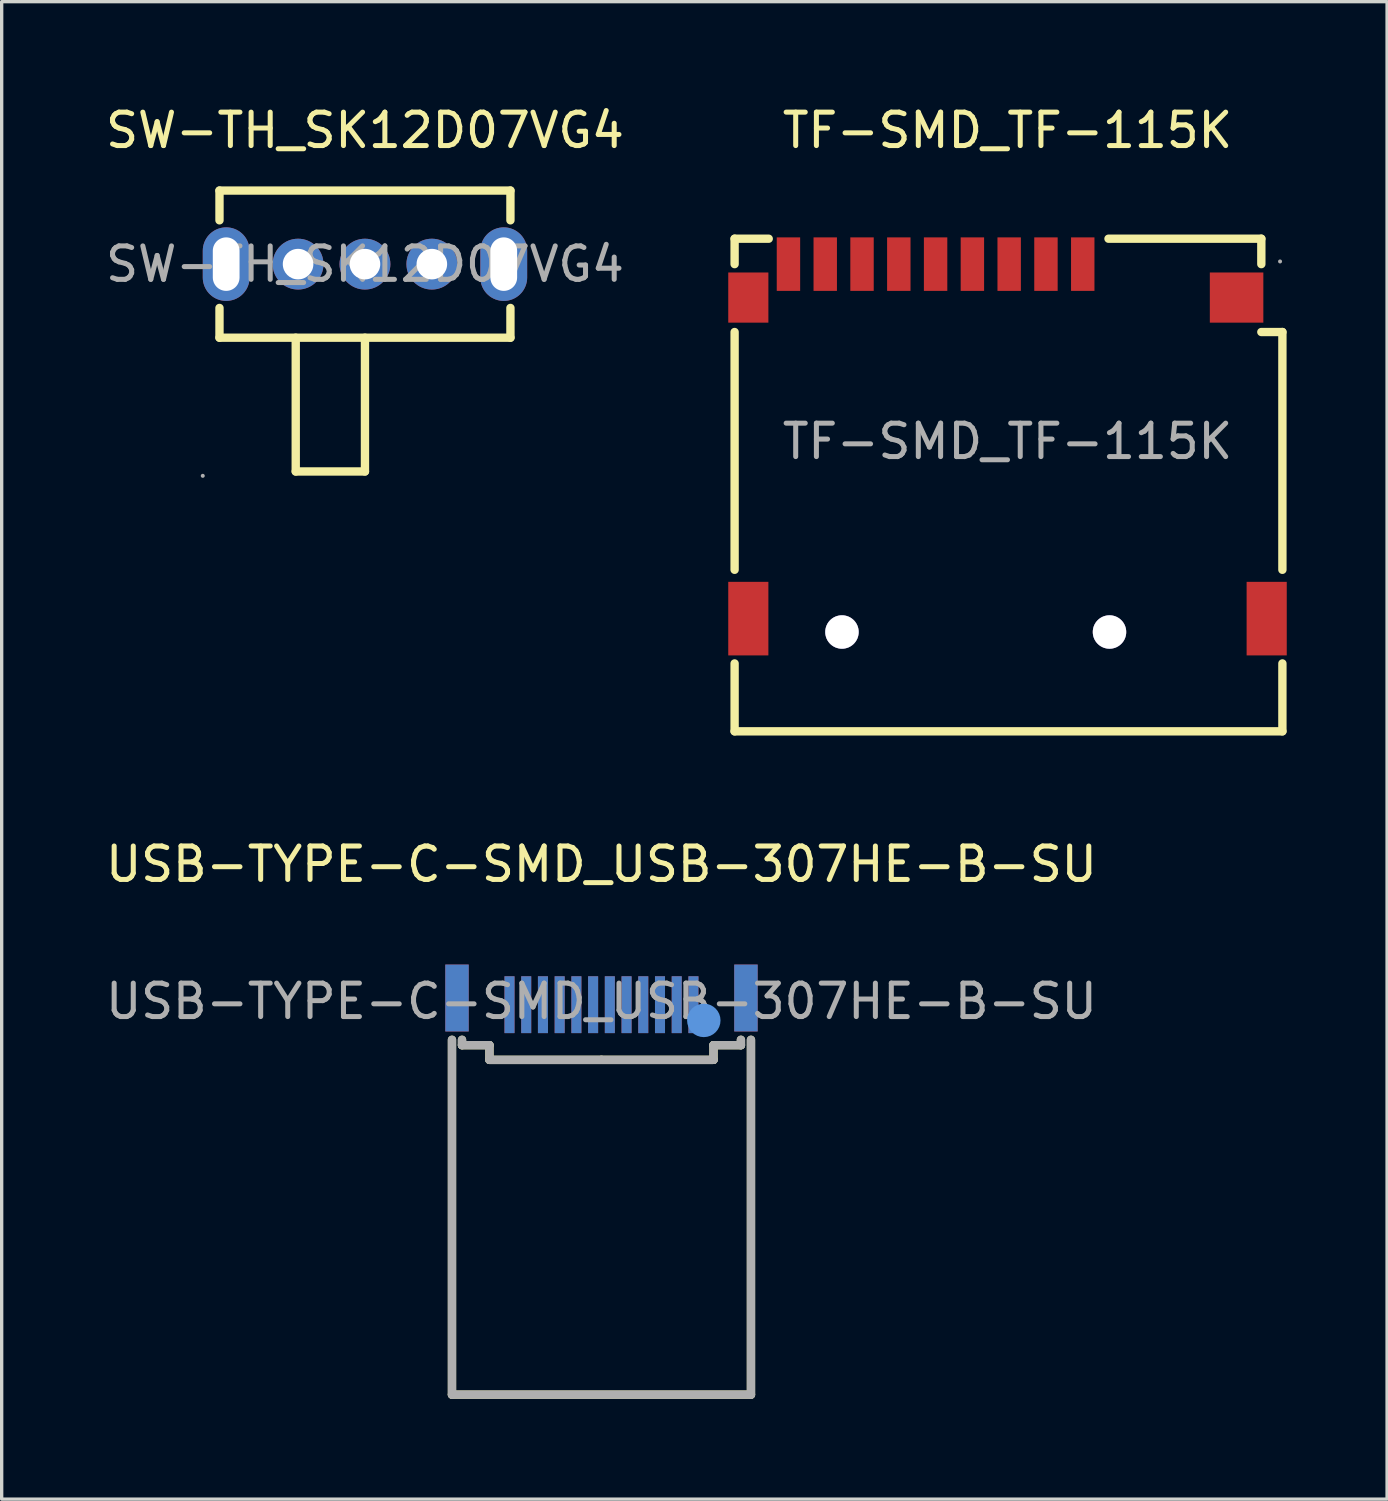
<source format=kicad_pcb>
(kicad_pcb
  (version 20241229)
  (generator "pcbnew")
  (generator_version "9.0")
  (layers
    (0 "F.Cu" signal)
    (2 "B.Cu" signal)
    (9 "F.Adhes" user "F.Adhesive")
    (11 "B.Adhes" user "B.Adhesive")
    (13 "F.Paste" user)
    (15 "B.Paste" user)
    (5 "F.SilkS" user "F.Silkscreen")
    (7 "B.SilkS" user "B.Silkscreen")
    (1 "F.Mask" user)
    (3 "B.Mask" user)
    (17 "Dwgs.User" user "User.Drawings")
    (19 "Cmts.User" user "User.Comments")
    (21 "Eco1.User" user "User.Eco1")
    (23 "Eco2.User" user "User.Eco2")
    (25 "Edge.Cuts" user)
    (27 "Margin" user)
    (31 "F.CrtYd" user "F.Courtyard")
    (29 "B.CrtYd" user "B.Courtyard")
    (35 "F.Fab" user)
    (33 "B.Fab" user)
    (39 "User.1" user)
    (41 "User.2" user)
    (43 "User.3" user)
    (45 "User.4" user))
  (footprint "TF-SMD_TF-115K"
    (layer "F.Cu")
    (at 27.076 10.148)
    (property "Reference" "TF-SMD_TF-115K" (at 0 -9.3 0) (layer "F.SilkS") (effects (font (size 1 1) (thickness 0.15))))
    (attr smd)
    (fp_line (start -8.16 -6.06) (end -7.14 -6.06) (stroke (width 0.25) (type solid)) (layer "F.SilkS"))
    (fp_line (start -8.16 -5.3) (end -8.16 -6.06) (stroke (width 0.25) (type solid)) (layer "F.SilkS"))
    (fp_line (start -8.16 -3.27) (end -8.16 3.84) (stroke (width 0.25) (type solid)) (layer "F.SilkS"))
    (fp_line (start -8.16 6.64) (end -8.16 8.67) (stroke (width 0.25) (type solid)) (layer "F.SilkS"))
    (fp_line (start -8.16 8.67) (end 8.22 8.67) (stroke (width 0.25) (type solid)) (layer "F.SilkS"))
    (fp_line (start 3.02 -6.06) (end 7.59 -6.06) (stroke (width 0.25) (type solid)) (layer "F.SilkS"))
    (fp_line (start 7.59 -6.06) (end 7.59 -5.3) (stroke (width 0.25) (type solid)) (layer "F.SilkS"))
    (fp_line (start 8.22 -3.27) (end 7.59 -3.27) (stroke (width 0.25) (type solid)) (layer "F.SilkS"))
    (fp_line (start 8.22 3.84) (end 8.22 -3.27) (stroke (width 0.25) (type solid)) (layer "F.SilkS"))
    (fp_line (start 8.22 8.67) (end 8.22 6.64) (stroke (width 0.25) (type solid)) (layer "F.SilkS"))
    (fp_circle (center 8.15 -5.38) (end 8.18 -5.38) (stroke (width 0.06) (type solid)) (fill no) (layer "F.Fab"))
    (fp_text user "${REFERENCE}" (at 0 0 0) (layer "F.Fab") (effects (font (size 1 1) (thickness 0.15))))
    (pad "" thru_hole circle (at -4.95 5.7) (size 1 1) (drill 1) (layers "*.Cu" "*.Mask"))
    (pad "" thru_hole circle (at 3.05 5.7) (size 1 1) (drill 1) (layers "*.Cu" "*.Mask"))
    (pad "1" smd rect (at 2.25 -5.3) (size 0.7 1.6) (layers "F.Cu" "F.Mask" "F.Paste"))
    (pad "2" smd rect (at 1.15 -5.3) (size 0.7 1.6) (layers "F.Cu" "F.Mask" "F.Paste"))
    (pad "3" smd rect (at 0.05 -5.3) (size 0.7 1.6) (layers "F.Cu" "F.Mask" "F.Paste"))
    (pad "4" smd rect (at -1.05 -5.3) (size 0.7 1.6) (layers "F.Cu" "F.Mask" "F.Paste"))
    (pad "5" smd rect (at -2.15 -5.3) (size 0.7 1.6) (layers "F.Cu" "F.Mask" "F.Paste"))
    (pad "6" smd rect (at -3.25 -5.3) (size 0.7 1.6) (layers "F.Cu" "F.Mask" "F.Paste"))
    (pad "7" smd rect (at -4.35 -5.3) (size 0.7 1.6) (layers "F.Cu" "F.Mask" "F.Paste"))
    (pad "8" smd rect (at -5.45 -5.3) (size 0.7 1.6) (layers "F.Cu" "F.Mask" "F.Paste"))
    (pad "9" smd rect (at -6.55 -5.3) (size 0.7 1.6) (layers "F.Cu" "F.Mask" "F.Paste"))
    (pad "10" smd rect (at -7.75 -4.3) (size 1.2 1.5) (layers "F.Cu" "F.Mask" "F.Paste"))
    (pad "11" smd rect (at -7.75 5.3) (size 1.2 2.2) (layers "F.Cu" "F.Mask" "F.Paste"))
    (pad "12" smd rect (at 6.85 -4.3) (size 1.6 1.5) (layers "F.Cu" "F.Mask" "F.Paste"))
    (pad "13" smd rect (at 7.75 5.3) (size 1.2 2.2) (layers "F.Cu" "F.Mask" "F.Paste")))
  (footprint "SW-TH_SK12D07VG4"
    (layer "F.Cu")
    (at 7.863 4.848)
    (property "Reference" "SW-TH_SK12D07VG4" (at 0 -4 0) (layer "F.SilkS") (effects (font (size 1 1) (thickness 0.15))))
    (attr through_hole)
    (fp_line (start -4.35 -2.2) (end 4.35 -2.2) (stroke (width 0.25) (type solid)) (layer "F.SilkS"))
    (fp_line (start -4.35 -1.31) (end -4.35 -2.2) (stroke (width 0.25) (type solid)) (layer "F.SilkS"))
    (fp_line (start -4.35 2.2) (end -4.35 1.31) (stroke (width 0.25) (type solid)) (layer "F.SilkS"))
    (fp_line (start -2.07 2.2) (end -2.07 6.2) (stroke (width 0.25) (type solid)) (layer "F.SilkS"))
    (fp_line (start -2.07 6.2) (end 0 6.2) (stroke (width 0.25) (type solid)) (layer "F.SilkS"))
    (fp_line (start 0 6.2) (end 0 2.2) (stroke (width 0.25) (type solid)) (layer "F.SilkS"))
    (fp_line (start 4.35 -2.2) (end 4.35 -1.31) (stroke (width 0.25) (type solid)) (layer "F.SilkS"))
    (fp_line (start 4.35 1.31) (end 4.35 2.2) (stroke (width 0.25) (type solid)) (layer "F.SilkS"))
    (fp_line (start 4.35 2.2) (end -4.35 2.2) (stroke (width 0.25) (type solid)) (layer "F.SilkS"))
    (fp_circle (center -4.85 6.33) (end -4.82 6.33) (stroke (width 0.06) (type solid)) (fill no) (layer "F.Fab"))
    (fp_circle (center -2 0) (end -1.82 0) (stroke (width 0.36) (type solid)) (fill no) (layer "F.Fab"))
    (fp_circle (center 0 0) (end 0.18 0) (stroke (width 0.36) (type solid)) (fill no) (layer "F.Fab"))
    (fp_circle (center 2 0) (end 2.18 0) (stroke (width 0.36) (type solid)) (fill no) (layer "F.Fab"))
    (fp_text user "${REFERENCE}" (at 0 0 0) (layer "F.Fab") (effects (font (size 1 1) (thickness 0.15))))
    (pad "1" thru_hole circle (at -2 0) (size 1.52 1.52) (drill 0.914) (layers "*.Cu" "*.Mask"))
    (pad "2" thru_hole circle (at 0 0) (size 1.52 1.52) (drill 0.914) (layers "*.Cu" "*.Mask"))
    (pad "3" thru_hole circle (at 2 0) (size 1.52 1.52) (drill 0.914) (layers "*.Cu" "*.Mask"))
    (pad "4" thru_hole oval (at 4.15 0) (size 1.4 2.2) (drill oval 0.8 1.6) (layers "*.Cu" "*.Mask"))
    (pad "5" thru_hole oval (at -4.15 0) (size 1.4 2.2) (drill oval 0.8 1.6) (layers "*.Cu" "*.Mask")))
  (footprint "USB-TYPE-C-SMD_USB-307HE-B-SU"
    (layer "F.Cu")
    (at 14.935 26.892)
    (property "Reference" "USB-TYPE-C-SMD_USB-307HE-B-SU" (at 0 -4.1 0) (layer "F.SilkS") (effects (font (size 1 1) (thickness 0.15))))
    (attr smd)
    (fp_line (start -4.47 11.76) (end -4.47 1.15) (stroke (width 0.25) (type solid)) (layer "F.SilkS"))
    (fp_line (start -4.47 11.76) (end 4.47 11.76) (stroke (width 0.25) (type solid)) (layer "F.SilkS"))
    (fp_line (start -4.17 1.31) (end -4.17 1.15) (stroke (width 0.25) (type solid)) (layer "F.SilkS"))
    (fp_line (start -4.17 1.31) (end -3.35 1.31) (stroke (width 0.25) (type solid)) (layer "F.SilkS"))
    (fp_line (start -3.35 1.31) (end -3.35 1.75) (stroke (width 0.25) (type solid)) (layer "F.SilkS"))
    (fp_line (start -3.35 1.75) (end 0 1.75) (stroke (width 0.25) (type solid)) (layer "F.SilkS"))
    (fp_line (start 3.35 1.31) (end 3.35 1.75) (stroke (width 0.25) (type solid)) (layer "F.SilkS"))
    (fp_line (start 3.35 1.75) (end 0 1.75) (stroke (width 0.25) (type solid)) (layer "F.SilkS"))
    (fp_line (start 4.17 1.31) (end 3.35 1.31) (stroke (width 0.25) (type solid)) (layer "F.SilkS"))
    (fp_line (start 4.17 1.31) (end 4.17 1.15) (stroke (width 0.25) (type solid)) (layer "F.SilkS"))
    (fp_line (start 4.47 11.76) (end 4.47 1.15) (stroke (width 0.25) (type solid)) (layer "F.SilkS"))
    (fp_circle (center 3.06 0.57) (end 3.31 0.57) (stroke (width 0.5) (type solid)) (fill no) (layer "Cmts.User"))
    (fp_line (start -4.47 11.76) (end -4.47 1.15) (stroke (width 0.25) (type solid)) (layer "F.Fab"))
    (fp_line (start -4.47 11.76) (end 4.47 11.76) (stroke (width 0.25) (type solid)) (layer "F.Fab"))
    (fp_line (start -4.17 1.31) (end -4.17 1.15) (stroke (width 0.25) (type solid)) (layer "F.Fab"))
    (fp_line (start -4.17 1.31) (end -3.35 1.31) (stroke (width 0.25) (type solid)) (layer "F.Fab"))
    (fp_line (start -3.35 1.31) (end -3.35 1.75) (stroke (width 0.25) (type solid)) (layer "F.Fab"))
    (fp_line (start -3.35 1.75) (end 0 1.75) (stroke (width 0.25) (type solid)) (layer "F.Fab"))
    (fp_line (start 3.35 1.31) (end 3.35 1.75) (stroke (width 0.25) (type solid)) (layer "F.Fab"))
    (fp_line (start 3.35 1.75) (end 0 1.75) (stroke (width 0.25) (type solid)) (layer "F.Fab"))
    (fp_line (start 4.17 1.31) (end 3.35 1.31) (stroke (width 0.25) (type solid)) (layer "F.Fab"))
    (fp_line (start 4.17 1.31) (end 4.17 1.15) (stroke (width 0.25) (type solid)) (layer "F.Fab"))
    (fp_line (start 4.47 11.76) (end 4.47 1.15) (stroke (width 0.25) (type solid)) (layer "F.Fab"))
    (fp_circle (center 4.47 11.48) (end 4.5 11.48) (stroke (width 0.06) (type solid)) (fill no) (layer "F.Fab"))
    (fp_text user "${REFERENCE}" (at 0 0 0) (layer "F.Fab") (effects (font (size 1 1) (thickness 0.15))))
    (pad "A1" smd rect (at 2.75 0.1 180) (size 0.3 1.7) (layers "B.Cu" "B.Mask" "B.Paste"))
    (pad "A2" smd rect (at 2.25 0.1 180) (size 0.3 1.7) (layers "B.Cu" "B.Mask" "B.Paste"))
    (pad "A3" smd rect (at 1.75 0.1 180) (size 0.3 1.7) (layers "B.Cu" "B.Mask" "B.Paste"))
    (pad "A4" smd rect (at 1.25 0.1 180) (size 0.3 1.7) (layers "B.Cu" "B.Mask" "B.Paste"))
    (pad "A5" smd rect (at 0.75 0.1 180) (size 0.3 1.7) (layers "B.Cu" "B.Mask" "B.Paste"))
    (pad "A6" smd rect (at 0.25 0.1 180) (size 0.3 1.7) (layers "B.Cu" "B.Mask" "B.Paste"))
    (pad "A7" smd rect (at -0.25 0.1 180) (size 0.3 1.7) (layers "B.Cu" "B.Mask" "B.Paste"))
    (pad "A8" smd rect (at -0.75 0.1 180) (size 0.3 1.7) (layers "B.Cu" "B.Mask" "B.Paste"))
    (pad "A9" smd rect (at -1.25 0.1 180) (size 0.3 1.7) (layers "B.Cu" "B.Mask" "B.Paste"))
    (pad "A10" smd rect (at -1.75 0.1 180) (size 0.3 1.7) (layers "B.Cu" "B.Mask" "B.Paste"))
    (pad "A11" smd rect (at -2.25 0.1 180) (size 0.3 1.7) (layers "B.Cu" "B.Mask" "B.Paste"))
    (pad "A12" smd rect (at -2.75 0.1 180) (size 0.3 1.7) (layers "B.Cu" "B.Mask" "B.Paste"))
    (pad "B1" smd rect (at -2.75 0.1 180) (size 0.3 1.7) (layers "F.Cu" "F.Mask" "F.Paste"))
    (pad "B2" smd rect (at -2.25 0.1 180) (size 0.3 1.7) (layers "F.Cu" "F.Mask" "F.Paste"))
    (pad "B3" smd rect (at -1.75 0.1 180) (size 0.3 1.7) (layers "F.Cu" "F.Mask" "F.Paste"))
    (pad "B4" smd rect (at -1.25 0.1 180) (size 0.3 1.7) (layers "F.Cu" "F.Mask" "F.Paste"))
    (pad "B5" smd rect (at -0.75 0.1 180) (size 0.3 1.7) (layers "F.Cu" "F.Mask" "F.Paste"))
    (pad "B6" smd rect (at -0.25 0.1 180) (size 0.3 1.7) (layers "F.Cu" "F.Mask" "F.Paste"))
    (pad "B7" smd rect (at 0.25 0.1 180) (size 0.3 1.7) (layers "F.Cu" "F.Mask" "F.Paste"))
    (pad "B8" smd rect (at 0.75 0.1 180) (size 0.3 1.7) (layers "F.Cu" "F.Mask" "F.Paste"))
    (pad "B9" smd rect (at 1.25 0.1 180) (size 0.3 1.7) (layers "F.Cu" "F.Mask" "F.Paste"))
    (pad "B10" smd rect (at 1.75 0.1 180) (size 0.3 1.7) (layers "F.Cu" "F.Mask" "F.Paste"))
    (pad "B11" smd rect (at 2.25 0.1 180) (size 0.3 1.7) (layers "F.Cu" "F.Mask" "F.Paste"))
    (pad "B12" smd rect (at 2.75 0.1 180) (size 0.3 1.7) (layers "F.Cu" "F.Mask" "F.Paste"))
    (pad "SH1" smd rect (at 4.32 -0.1 180) (size 0.7 2) (layers "F.Cu" "F.Mask" "F.Paste"))
    (pad "SH2" smd rect (at -4.32 -0.1 180) (size 0.7 2) (layers "F.Cu" "F.Mask" "F.Paste"))
    (pad "SH3" smd rect (at -4.32 -0.1 180) (size 0.7 2) (layers "B.Cu" "B.Mask" "B.Paste"))
    (pad "SH4" smd rect (at 4.32 -0.1 180) (size 0.7 2) (layers "B.Cu" "B.Mask" "B.Paste")))
  (gr_rect
    (start -3 -3)
    (end 38.426 41.776)
    (stroke (width 0.1) (type default))
    (fill no)
    (layer "Edge.Cuts")))
</source>
